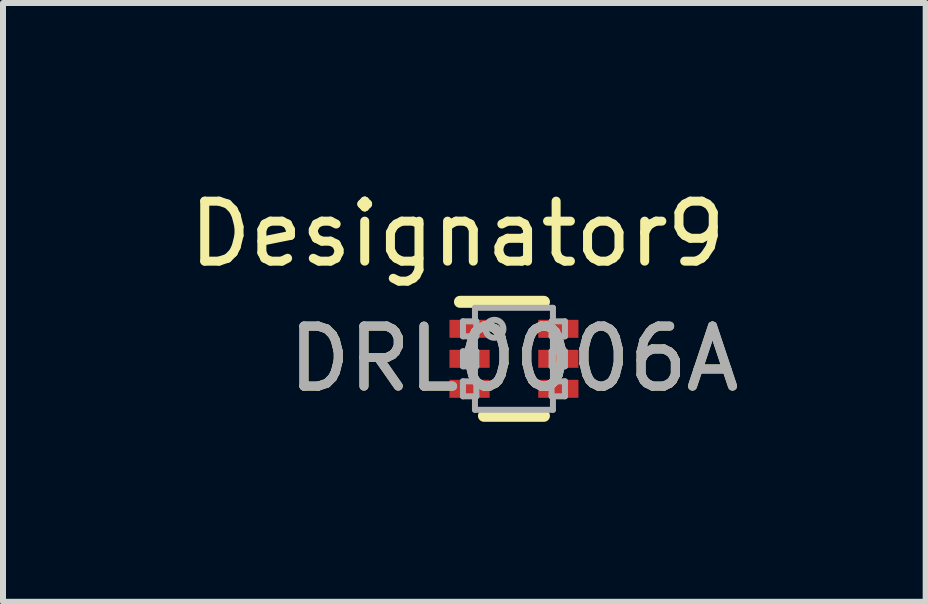
<source format=kicad_pcb>
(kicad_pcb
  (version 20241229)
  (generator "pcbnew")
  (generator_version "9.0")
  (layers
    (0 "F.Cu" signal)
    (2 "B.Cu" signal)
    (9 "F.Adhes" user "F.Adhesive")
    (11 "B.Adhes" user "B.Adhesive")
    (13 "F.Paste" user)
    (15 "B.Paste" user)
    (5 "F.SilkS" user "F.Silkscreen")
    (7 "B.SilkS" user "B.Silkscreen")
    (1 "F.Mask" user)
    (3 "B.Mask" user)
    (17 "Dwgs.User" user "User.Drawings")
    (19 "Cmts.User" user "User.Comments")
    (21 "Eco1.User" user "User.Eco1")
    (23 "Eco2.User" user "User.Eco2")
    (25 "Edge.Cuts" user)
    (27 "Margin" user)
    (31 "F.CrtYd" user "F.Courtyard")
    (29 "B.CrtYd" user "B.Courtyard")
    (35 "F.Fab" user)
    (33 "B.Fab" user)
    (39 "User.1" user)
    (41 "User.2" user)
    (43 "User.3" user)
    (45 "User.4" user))
  (footprint "DRL0006A"
    (layer "F.Cu")
    (at 5.517 2.931)
    (property "Reference" "DRL0006A" (at 0 0 0) (unlocked yes) (layer "F.SilkS") (effects (font (size 1 1) (thickness 0.15))))
    (attr smd)
    (fp_line (start -0.9 -0.95) (end 0.5 -0.95) (stroke (width 0.2) (type solid)) (layer "F.SilkS"))
    (fp_line (start -0.5 0.95) (end 0.5 0.95) (stroke (width 0.2) (type solid)) (layer "F.SilkS"))
    (fp_line (start -0.85 -0.625) (end -0.627 -0.625) (stroke (width 0.1) (type solid)) (layer "F.Fab"))
    (fp_line (start -0.85 -0.375) (end -0.85 -0.625) (stroke (width 0.1) (type solid)) (layer "F.Fab"))
    (fp_line (start -0.85 -0.375) (end -0.627 -0.375) (stroke (width 0.1) (type solid)) (layer "F.Fab"))
    (fp_line (start -0.85 -0.125) (end -0.627 -0.125) (stroke (width 0.1) (type solid)) (layer "F.Fab"))
    (fp_line (start -0.85 0.125) (end -0.85 -0.125) (stroke (width 0.1) (type solid)) (layer "F.Fab"))
    (fp_line (start -0.85 0.125) (end -0.627 0.125) (stroke (width 0.1) (type solid)) (layer "F.Fab"))
    (fp_line (start -0.85 0.375) (end -0.627 0.375) (stroke (width 0.1) (type solid)) (layer "F.Fab"))
    (fp_line (start -0.85 0.625) (end -0.85 0.375) (stroke (width 0.1) (type solid)) (layer "F.Fab"))
    (fp_line (start -0.85 0.625) (end -0.627 0.625) (stroke (width 0.1) (type solid)) (layer "F.Fab"))
    (fp_line (start -0.65 -0.85) (end 0.65 -0.85) (stroke (width 0.1) (type solid)) (layer "F.Fab"))
    (fp_line (start -0.65 -0.625) (end -0.65 -0.85) (stroke (width 0.1) (type solid)) (layer "F.Fab"))
    (fp_line (start -0.65 -0.125) (end -0.65 -0.375) (stroke (width 0.1) (type solid)) (layer "F.Fab"))
    (fp_line (start -0.65 0.375) (end -0.65 0.125) (stroke (width 0.1) (type solid)) (layer "F.Fab"))
    (fp_line (start -0.65 0.85) (end -0.65 0.625) (stroke (width 0.1) (type solid)) (layer "F.Fab"))
    (fp_line (start -0.65 0.85) (end 0.65 0.85) (stroke (width 0.1) (type solid)) (layer "F.Fab"))
    (fp_line (start -0.627 -0.375) (end -0.627 -0.625) (stroke (width 0.1) (type solid)) (layer "F.Fab"))
    (fp_line (start -0.627 0.125) (end -0.627 -0.125) (stroke (width 0.1) (type solid)) (layer "F.Fab"))
    (fp_line (start -0.627 0.625) (end -0.627 0.375) (stroke (width 0.1) (type solid)) (layer "F.Fab"))
    (fp_line (start 0.627 -0.625) (end 0.85 -0.625) (stroke (width 0.1) (type solid)) (layer "F.Fab"))
    (fp_line (start 0.627 -0.375) (end 0.627 -0.625) (stroke (width 0.1) (type solid)) (layer "F.Fab"))
    (fp_line (start 0.627 -0.375) (end 0.85 -0.375) (stroke (width 0.1) (type solid)) (layer "F.Fab"))
    (fp_line (start 0.627 -0.125) (end 0.85 -0.125) (stroke (width 0.1) (type solid)) (layer "F.Fab"))
    (fp_line (start 0.627 0.125) (end 0.627 -0.125) (stroke (width 0.1) (type solid)) (layer "F.Fab"))
    (fp_line (start 0.627 0.125) (end 0.85 0.125) (stroke (width 0.1) (type solid)) (layer "F.Fab"))
    (fp_line (start 0.627 0.375) (end 0.85 0.375) (stroke (width 0.1) (type solid)) (layer "F.Fab"))
    (fp_line (start 0.627 0.625) (end 0.627 0.375) (stroke (width 0.1) (type solid)) (layer "F.Fab"))
    (fp_line (start 0.627 0.625) (end 0.85 0.625) (stroke (width 0.1) (type solid)) (layer "F.Fab"))
    (fp_line (start 0.65 -0.625) (end 0.65 -0.85) (stroke (width 0.1) (type solid)) (layer "F.Fab"))
    (fp_line (start 0.65 0.375) (end 0.65 -0.375) (stroke (width 0.1) (type solid)) (layer "F.Fab"))
    (fp_line (start 0.65 0.85) (end 0.65 0.625) (stroke (width 0.1) (type solid)) (layer "F.Fab"))
    (fp_line (start 0.85 -0.375) (end 0.85 -0.625) (stroke (width 0.1) (type solid)) (layer "F.Fab"))
    (fp_line (start 0.85 0.625) (end 0.85 0.375) (stroke (width 0.1) (type solid)) (layer "F.Fab"))
    (fp_line (start 0.85 0.125) (end 0.85 -0.125) (stroke (width 0.1) (type solid)) (layer "F.Fab"))
    (fp_circle (center -0.325 -0.5) (end -0.175 -0.5) (stroke (width 0.1) (type solid)) (fill no) (layer "F.Fab"))
    (fp_text user "Designator9" (at -0.94 -2.083 0) (unlocked yes) (layer "F.SilkS") (effects (font (size 1 1) (thickness 0.15))))
    (fp_text user "${REFERENCE}" (at 0 0 0) (unlocked yes) (layer "F.Fab") (effects (font (size 1 1) (thickness 0.15))))
    (pad "1" smd rect (at -0.74 -0.5 90) (size 0.3 0.67) (layers "F.Cu" "F.Mask" "F.Paste"))
    (pad "2" smd rect (at -0.74 -0.000003 90) (size 0.3 0.67) (layers "F.Cu" "F.Mask" "F.Paste"))
    (pad "3" smd rect (at -0.74 0.5 90) (size 0.3 0.67) (layers "F.Cu" "F.Mask" "F.Paste"))
    (pad "4" smd rect (at 0.74 0.5 90) (size 0.3 0.67) (layers "F.Cu" "F.Mask" "F.Paste"))
    (pad "5" smd rect (at 0.74 -0.000003 90) (size 0.3 0.67) (layers "F.Cu" "F.Mask" "F.Paste"))
    (pad "6" smd rect (at 0.74 -0.5 90) (size 0.3 0.67) (layers "F.Cu" "F.Mask" "F.Paste")))
  (gr_rect
    (start -3 -3)
    (end 12.38 6.981)
    (stroke (width 0.1) (type default))
    (fill no)
    (layer "Edge.Cuts")))
</source>
